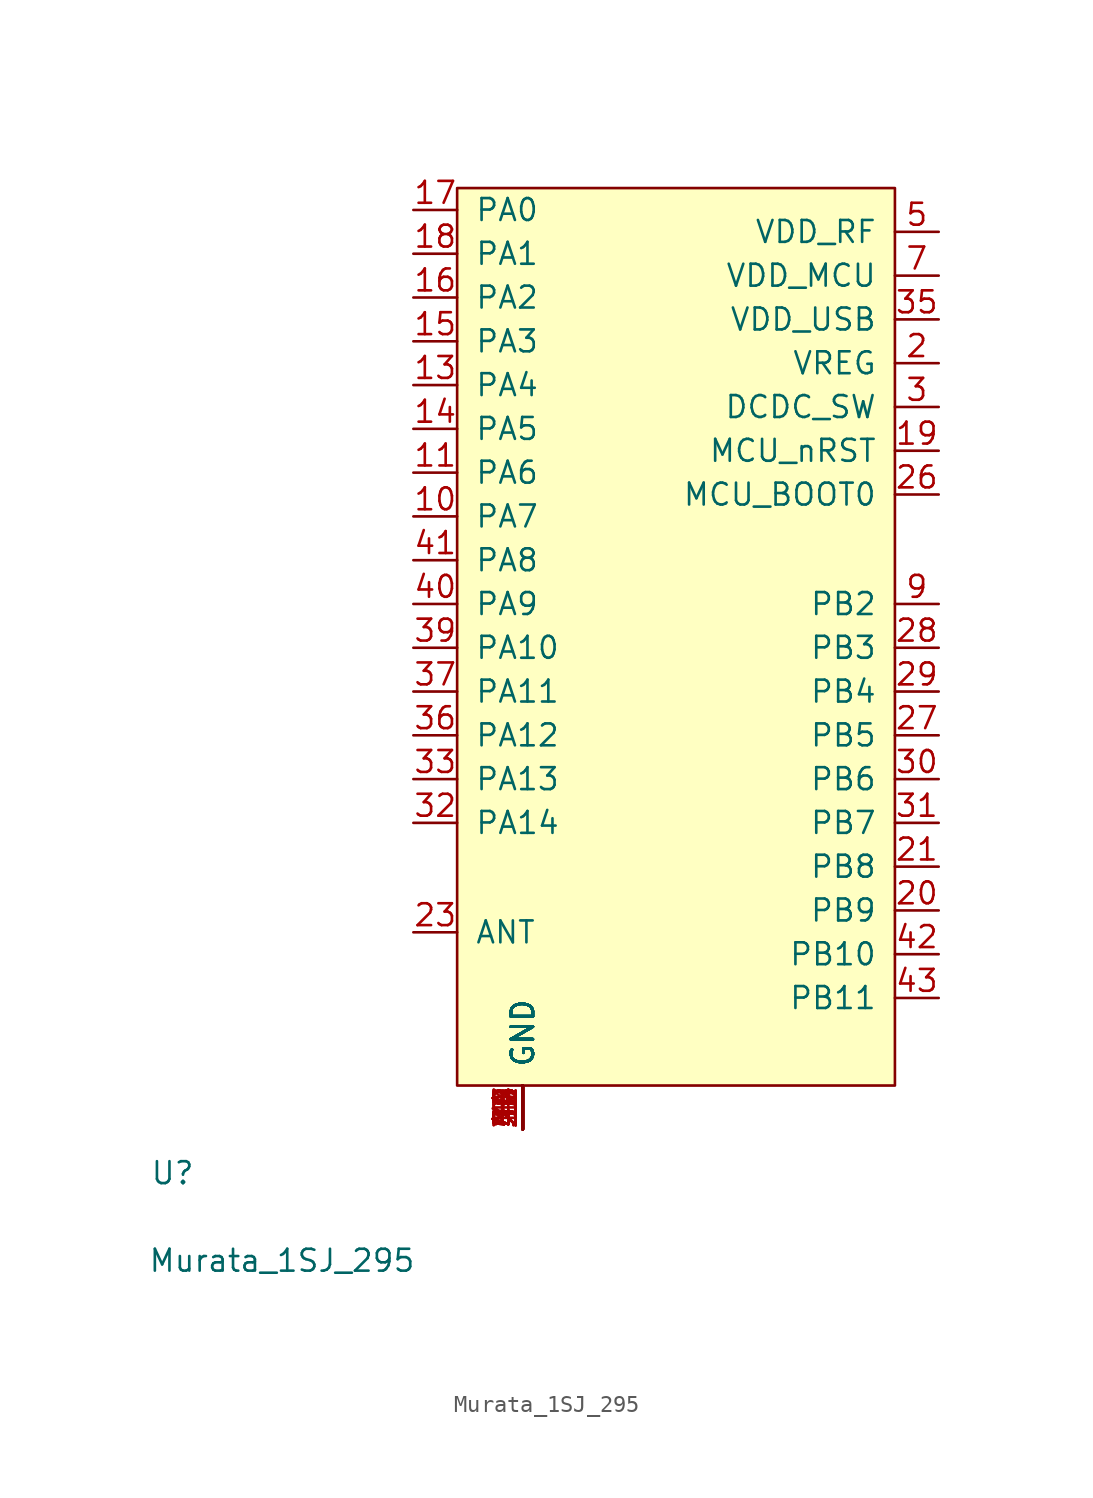
<source format=kicad_sym>
(kicad_symbol_lib
  (version 20211014)
  (generator kicad_symbol_editor)
  (symbol "Murata_1SJ_295"
    (pin_names
      (offset 1.016))
    (property "Reference" "U"
      (at -16.51 -5.08 0)
      (effects (font (size 1.27 1.27))))
    (property "Value" "Murata_1SJ_295"
      (at -10.16 -10.16 0)
      (effects (font (size 1.27 1.27))))
    (symbol "Murata_1SJ_295_0_1"
      (rectangle (start 0 0) (end 25.4 52.07) (stroke (width 0) (type default) (color 0 0 0 0)) (fill (type background))))
    (symbol "Murata_1SJ_295_1_1"
      (pin power_in line (at 3.81 -2.54 90) (length 2.54) (name "GND" (effects (font (size 1.27 1.27)))) (number "1" (effects (font (size 1.27 1.27)))))
      (pin input line (at -2.54 33.02 0) (length 2.54) (name "PA7" (effects (font (size 1.27 1.27)))) (number "10" (effects (font (size 1.27 1.27)))))
      (pin input line (at -2.54 35.56 0) (length 2.54) (name "PA6" (effects (font (size 1.27 1.27)))) (number "11" (effects (font (size 1.27 1.27)))))
      (pin power_in line (at 3.81 -2.54 90) (length 2.54) (name "GND" (effects (font (size 1.27 1.27)))) (number "12" (effects (font (size 1.27 1.27)))))
      (pin input line (at -2.54 40.64 0) (length 2.54) (name "PA4" (effects (font (size 1.27 1.27)))) (number "13" (effects (font (size 1.27 1.27)))))
      (pin input line (at -2.54 38.1 0) (length 2.54) (name "PA5" (effects (font (size 1.27 1.27)))) (number "14" (effects (font (size 1.27 1.27)))))
      (pin input line (at -2.54 43.18 0) (length 2.54) (name "PA3" (effects (font (size 1.27 1.27)))) (number "15" (effects (font (size 1.27 1.27)))))
      (pin input line (at -2.54 45.72 0) (length 2.54) (name "PA2" (effects (font (size 1.27 1.27)))) (number "16" (effects (font (size 1.27 1.27)))))
      (pin input line (at -2.54 50.8 0) (length 2.54) (name "PA0" (effects (font (size 1.27 1.27)))) (number "17" (effects (font (size 1.27 1.27)))))
      (pin input line (at -2.54 48.26 0) (length 2.54) (name "PA1" (effects (font (size 1.27 1.27)))) (number "18" (effects (font (size 1.27 1.27)))))
      (pin input line (at 27.94 36.83 180) (length 2.54) (name "MCU_nRST" (effects (font (size 1.27 1.27)))) (number "19" (effects (font (size 1.27 1.27)))))
      (pin power_in line (at 27.94 41.91 180) (length 2.54) (name "VREG" (effects (font (size 1.27 1.27)))) (number "2" (effects (font (size 1.27 1.27)))))
      (pin input line (at 27.94 10.16 180) (length 2.54) (name "PB9" (effects (font (size 1.27 1.27)))) (number "20" (effects (font (size 1.27 1.27)))))
      (pin input line (at 27.94 12.7 180) (length 2.54) (name "PB8" (effects (font (size 1.27 1.27)))) (number "21" (effects (font (size 1.27 1.27)))))
      (pin power_in line (at 3.81 -2.54 90) (length 2.54) (name "GND" (effects (font (size 1.27 1.27)))) (number "22" (effects (font (size 1.27 1.27)))))
      (pin bidirectional line (at -2.54 8.89 0) (length 2.54) (name "ANT" (effects (font (size 1.27 1.27)))) (number "23" (effects (font (size 1.27 1.27)))))
      (pin power_in line (at 3.81 -2.54 90) (length 2.54) (name "GND" (effects (font (size 1.27 1.27)))) (number "24" (effects (font (size 1.27 1.27)))))
      (pin power_in line (at 3.81 -2.54 90) (length 2.54) (name "GND" (effects (font (size 1.27 1.27)))) (number "25" (effects (font (size 1.27 1.27)))))
      (pin input line (at 27.94 34.29 180) (length 2.54) (name "MCU_BOOT0" (effects (font (size 1.27 1.27)))) (number "26" (effects (font (size 1.27 1.27)))))
      (pin input line (at 27.94 20.32 180) (length 2.54) (name "PB5" (effects (font (size 1.27 1.27)))) (number "27" (effects (font (size 1.27 1.27)))))
      (pin input line (at 27.94 25.4 180) (length 2.54) (name "PB3" (effects (font (size 1.27 1.27)))) (number "28" (effects (font (size 1.27 1.27)))))
      (pin input line (at 27.94 22.86 180) (length 2.54) (name "PB4" (effects (font (size 1.27 1.27)))) (number "29" (effects (font (size 1.27 1.27)))))
      (pin power_in line (at 27.94 39.37 180) (length 2.54) (name "DCDC_SW" (effects (font (size 1.27 1.27)))) (number "3" (effects (font (size 1.27 1.27)))))
      (pin input line (at 27.94 17.78 180) (length 2.54) (name "PB6" (effects (font (size 1.27 1.27)))) (number "30" (effects (font (size 1.27 1.27)))))
      (pin input line (at 27.94 15.24 180) (length 2.54) (name "PB7" (effects (font (size 1.27 1.27)))) (number "31" (effects (font (size 1.27 1.27)))))
      (pin input line (at -2.54 15.24 0) (length 2.54) (name "PA14" (effects (font (size 1.27 1.27)))) (number "32" (effects (font (size 1.27 1.27)))))
      (pin input line (at -2.54 17.78 0) (length 2.54) (name "PA13" (effects (font (size 1.27 1.27)))) (number "33" (effects (font (size 1.27 1.27)))))
      (pin power_in line (at 3.81 -2.54 90) (length 2.54) (name "GND" (effects (font (size 1.27 1.27)))) (number "34" (effects (font (size 1.27 1.27)))))
      (pin power_in line (at 27.94 44.45 180) (length 2.54) (name "VDD_USB" (effects (font (size 1.27 1.27)))) (number "35" (effects (font (size 1.27 1.27)))))
      (pin input line (at -2.54 20.32 0) (length 2.54) (name "PA12" (effects (font (size 1.27 1.27)))) (number "36" (effects (font (size 1.27 1.27)))))
      (pin input line (at -2.54 22.86 0) (length 2.54) (name "PA11" (effects (font (size 1.27 1.27)))) (number "37" (effects (font (size 1.27 1.27)))))
      (pin power_in line (at 3.81 -2.54 90) (length 2.54) (name "GND" (effects (font (size 1.27 1.27)))) (number "38" (effects (font (size 1.27 1.27)))))
      (pin input line (at -2.54 25.4 0) (length 2.54) (name "PA10" (effects (font (size 1.27 1.27)))) (number "39" (effects (font (size 1.27 1.27)))))
      (pin power_in line (at 3.81 -2.54 90) (length 2.54) (name "GND" (effects (font (size 1.27 1.27)))) (number "4" (effects (font (size 1.27 1.27)))))
      (pin input line (at -2.54 27.94 0) (length 2.54) (name "PA9" (effects (font (size 1.27 1.27)))) (number "40" (effects (font (size 1.27 1.27)))))
      (pin input line (at -2.54 30.48 0) (length 2.54) (name "PA8" (effects (font (size 1.27 1.27)))) (number "41" (effects (font (size 1.27 1.27)))))
      (pin input line (at 27.94 7.62 180) (length 2.54) (name "PB10" (effects (font (size 1.27 1.27)))) (number "42" (effects (font (size 1.27 1.27)))))
      (pin input line (at 27.94 5.08 180) (length 2.54) (name "PB11" (effects (font (size 1.27 1.27)))) (number "43" (effects (font (size 1.27 1.27)))))
      (pin power_in line (at 3.81 -2.54 90) (length 2.54) (name "GND" (effects (font (size 1.27 1.27)))) (number "44" (effects (font (size 1.27 1.27)))))
      (pin power_in line (at 3.81 -2.54 90) (length 2.54) (name "GND" (effects (font (size 1.27 1.27)))) (number "45" (effects (font (size 1.27 1.27)))))
      (pin power_in line (at 3.81 -2.54 90) (length 2.54) (name "GND" (effects (font (size 1.27 1.27)))) (number "46" (effects (font (size 1.27 1.27)))))
      (pin power_in line (at 3.81 -2.54 90) (length 2.54) (name "GND" (effects (font (size 1.27 1.27)))) (number "47" (effects (font (size 1.27 1.27)))))
      (pin power_in line (at 3.81 -2.54 90) (length 2.54) (name "GND" (effects (font (size 1.27 1.27)))) (number "48" (effects (font (size 1.27 1.27)))))
      (pin power_in line (at 3.81 -2.54 90) (length 2.54) (name "GND" (effects (font (size 1.27 1.27)))) (number "49" (effects (font (size 1.27 1.27)))))
      (pin power_in line (at 27.94 49.53 180) (length 2.54) (name "VDD_RF" (effects (font (size 1.27 1.27)))) (number "5" (effects (font (size 1.27 1.27)))))
      (pin power_in line (at 3.81 -2.54 90) (length 2.54) (name "GND" (effects (font (size 1.27 1.27)))) (number "50" (effects (font (size 1.27 1.27)))))
      (pin power_in line (at 3.81 -2.54 90) (length 2.54) (name "GND" (effects (font (size 1.27 1.27)))) (number "51" (effects (font (size 1.27 1.27)))))
      (pin power_in line (at 3.81 -2.54 90) (length 2.54) (name "GND" (effects (font (size 1.27 1.27)))) (number "52" (effects (font (size 1.27 1.27)))))
      (pin power_in line (at 3.81 -2.54 90) (length 2.54) (name "GND" (effects (font (size 1.27 1.27)))) (number "53" (effects (font (size 1.27 1.27)))))
      (pin power_in line (at 3.81 -2.54 90) (length 2.54) (name "GND" (effects (font (size 1.27 1.27)))) (number "54" (effects (font (size 1.27 1.27)))))
      (pin power_in line (at 3.81 -2.54 90) (length 2.54) (name "GND" (effects (font (size 1.27 1.27)))) (number "55" (effects (font (size 1.27 1.27)))))
      (pin power_in line (at 3.81 -2.54 90) (length 2.54) (name "GND" (effects (font (size 1.27 1.27)))) (number "56" (effects (font (size 1.27 1.27)))))
      (pin power_in line (at 3.81 -2.54 90) (length 2.54) (name "GND" (effects (font (size 1.27 1.27)))) (number "6" (effects (font (size 1.27 1.27)))))
      (pin power_in line (at 27.94 46.99 180) (length 2.54) (name "VDD_MCU" (effects (font (size 1.27 1.27)))) (number "7" (effects (font (size 1.27 1.27)))))
      (pin power_in line (at 3.81 -2.54 90) (length 2.54) (name "GND" (effects (font (size 1.27 1.27)))) (number "8" (effects (font (size 1.27 1.27)))))
      (pin input line (at 27.94 27.94 180) (length 2.54) (name "PB2" (effects (font (size 1.27 1.27)))) (number "9" (effects (font (size 1.27 1.27))))))))
</source>
